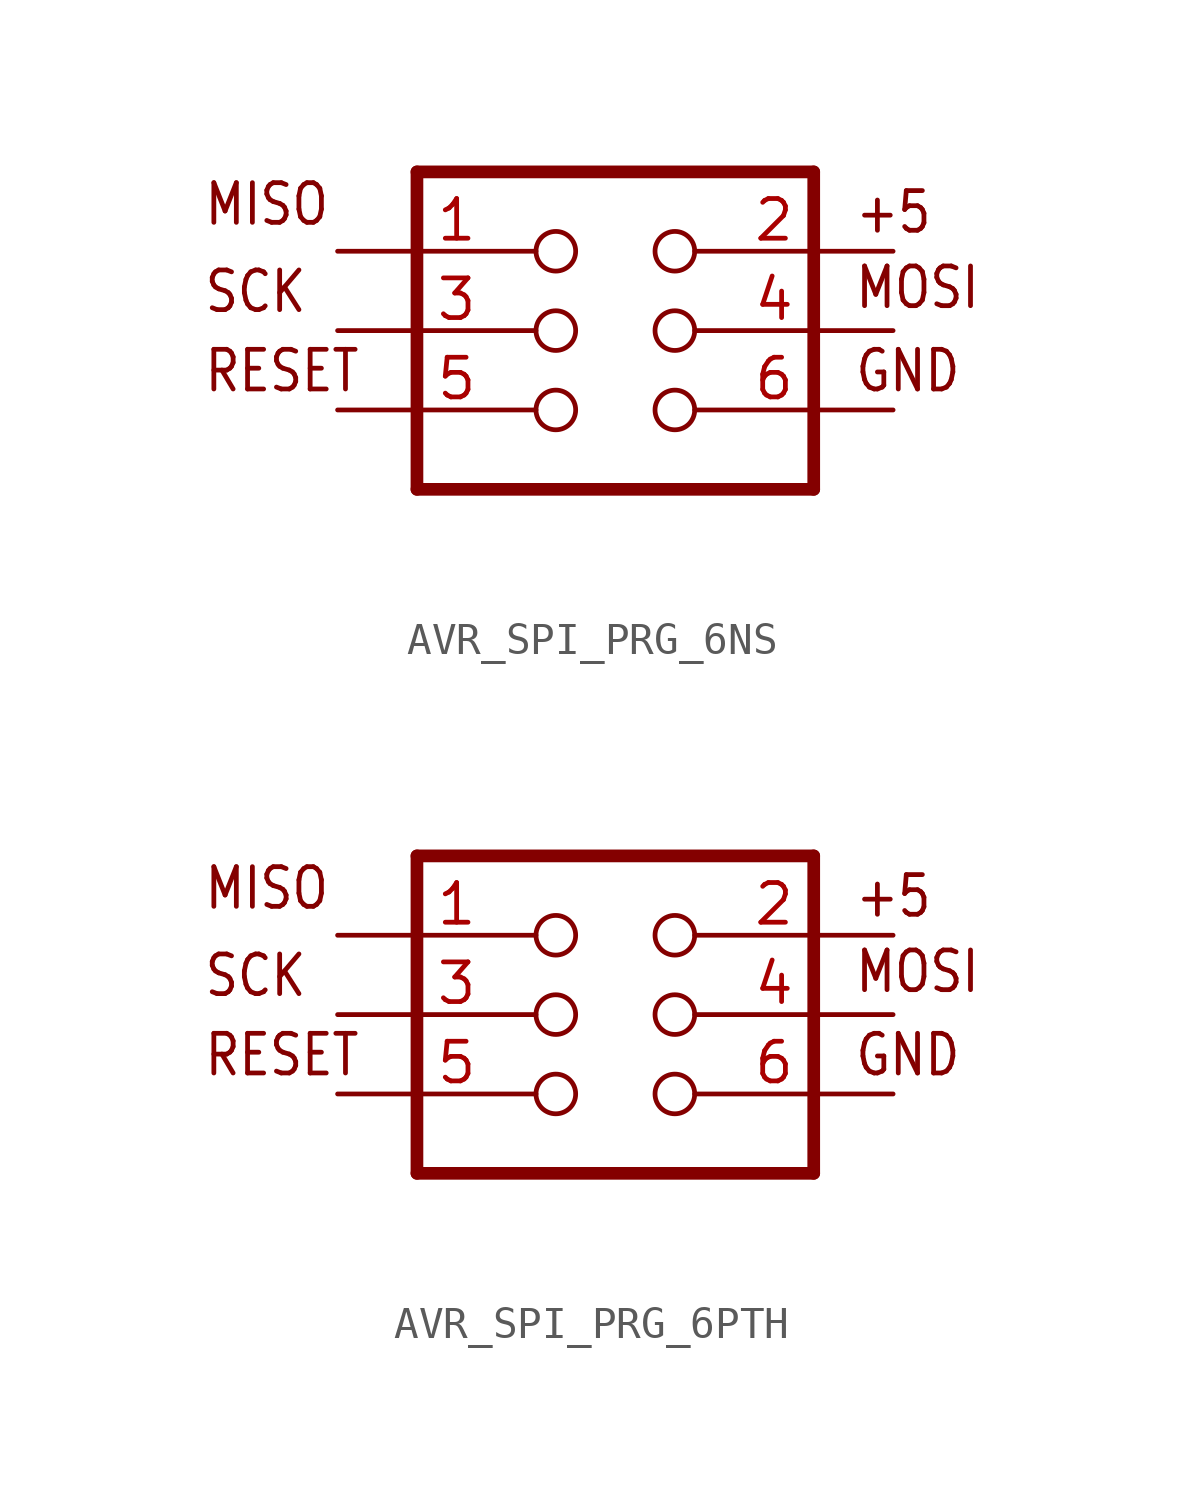
<source format=kicad_sym>
(kicad_symbol_lib
  (version 20220914)
  (generator kicad_symbol_editor)
  (symbol "AVR_SPI_PRG_6NS"
    (property "Reference" ""
      (at -4.318 5.842 0)
      (effects (font (size 1.778 1.511)) (justify left bottom) hide))
    (property "Value" ""
      (at -4.064 -7.62 0)
      (effects (font (size 1.778 1.511)) (justify left bottom)))
    (property "ki_locked" ""
      (at 0 0 0)
      (effects (font (size 1.27 1.27))))
    (symbol "AVR_SPI_PRG_6NS_1_0"
      (polyline (pts (xy -5.08 -5.08) (xy 7.62 -5.08)) (stroke (width 0.406) (type solid)) (fill (type none)))
      (polyline (pts (xy -5.08 5.08) (xy -5.08 -5.08)) (stroke (width 0.406) (type solid)) (fill (type none)))
      (polyline (pts (xy 7.62 -5.08) (xy 7.62 5.08)) (stroke (width 0.406) (type solid)) (fill (type none)))
      (polyline (pts (xy 7.62 5.08) (xy -5.08 5.08)) (stroke (width 0.406) (type solid)) (fill (type none)))
      (text "+5" (at 8.89 3.048 0) (effects (font (size 1.27 1.079)) (justify left bottom)))
      (text "GND" (at 8.89 -2.032 0) (effects (font (size 1.27 1.079)) (justify left bottom)))
      (text "MISO" (at -11.938 3.302 0) (effects (font (size 1.27 1.079)) (justify left bottom)))
      (text "MOSI" (at 8.89 0.635 0) (effects (font (size 1.27 1.079)) (justify left bottom)))
      (text "RESET" (at -11.938 -2.032 0) (effects (font (size 1.27 1.079)) (justify left bottom)))
      (text "SCK" (at -11.938 0.508 0) (effects (font (size 1.27 1.079)) (justify left bottom)))
      (pin passive inverted (at -7.62 2.54 0) (length 7.62) (name "1" (effects (font (size 0 0)))) (number "1" (effects (font (size 1.27 1.27)))))
      (pin passive inverted (at 10.16 2.54 180) (length 7.62) (name "2" (effects (font (size 0 0)))) (number "2" (effects (font (size 1.27 1.27)))))
      (pin passive inverted (at -7.62 0 0) (length 7.62) (name "3" (effects (font (size 0 0)))) (number "3" (effects (font (size 1.27 1.27)))))
      (pin passive inverted (at 10.16 0 180) (length 7.62) (name "4" (effects (font (size 0 0)))) (number "4" (effects (font (size 1.27 1.27)))))
      (pin passive inverted (at -7.62 -2.54 0) (length 7.62) (name "5" (effects (font (size 0 0)))) (number "5" (effects (font (size 1.27 1.27)))))
      (pin passive inverted (at 10.16 -2.54 180) (length 7.62) (name "6" (effects (font (size 0 0)))) (number "6" (effects (font (size 1.27 1.27)))))))
  (symbol "AVR_SPI_PRG_6PTH"
    (property "Reference" ""
      (at -4.318 5.842 0)
      (effects (font (size 1.778 1.511)) (justify left bottom) hide))
    (property "Value" ""
      (at -4.064 -7.62 0)
      (effects (font (size 1.778 1.511)) (justify left bottom)))
    (property "ki_locked" ""
      (at 0 0 0)
      (effects (font (size 1.27 1.27))))
    (symbol "AVR_SPI_PRG_6PTH_1_0"
      (polyline (pts (xy -5.08 -5.08) (xy 7.62 -5.08)) (stroke (width 0.406) (type solid)) (fill (type none)))
      (polyline (pts (xy -5.08 5.08) (xy -5.08 -5.08)) (stroke (width 0.406) (type solid)) (fill (type none)))
      (polyline (pts (xy 7.62 -5.08) (xy 7.62 5.08)) (stroke (width 0.406) (type solid)) (fill (type none)))
      (polyline (pts (xy 7.62 5.08) (xy -5.08 5.08)) (stroke (width 0.406) (type solid)) (fill (type none)))
      (text "+5" (at 8.89 3.048 0) (effects (font (size 1.27 1.079)) (justify left bottom)))
      (text "GND" (at 8.89 -2.032 0) (effects (font (size 1.27 1.079)) (justify left bottom)))
      (text "MISO" (at -11.938 3.302 0) (effects (font (size 1.27 1.079)) (justify left bottom)))
      (text "MOSI" (at 8.89 0.635 0) (effects (font (size 1.27 1.079)) (justify left bottom)))
      (text "RESET" (at -11.938 -2.032 0) (effects (font (size 1.27 1.079)) (justify left bottom)))
      (text "SCK" (at -11.938 0.508 0) (effects (font (size 1.27 1.079)) (justify left bottom)))
      (pin passive inverted (at -7.62 2.54 0) (length 7.62) (name "1" (effects (font (size 0 0)))) (number "1" (effects (font (size 1.27 1.27)))))
      (pin passive inverted (at 10.16 2.54 180) (length 7.62) (name "2" (effects (font (size 0 0)))) (number "2" (effects (font (size 1.27 1.27)))))
      (pin passive inverted (at -7.62 0 0) (length 7.62) (name "3" (effects (font (size 0 0)))) (number "3" (effects (font (size 1.27 1.27)))))
      (pin passive inverted (at 10.16 0 180) (length 7.62) (name "4" (effects (font (size 0 0)))) (number "4" (effects (font (size 1.27 1.27)))))
      (pin passive inverted (at -7.62 -2.54 0) (length 7.62) (name "5" (effects (font (size 0 0)))) (number "5" (effects (font (size 1.27 1.27)))))
      (pin passive inverted (at 10.16 -2.54 180) (length 7.62) (name "6" (effects (font (size 0 0)))) (number "6" (effects (font (size 1.27 1.27))))))))
</source>
